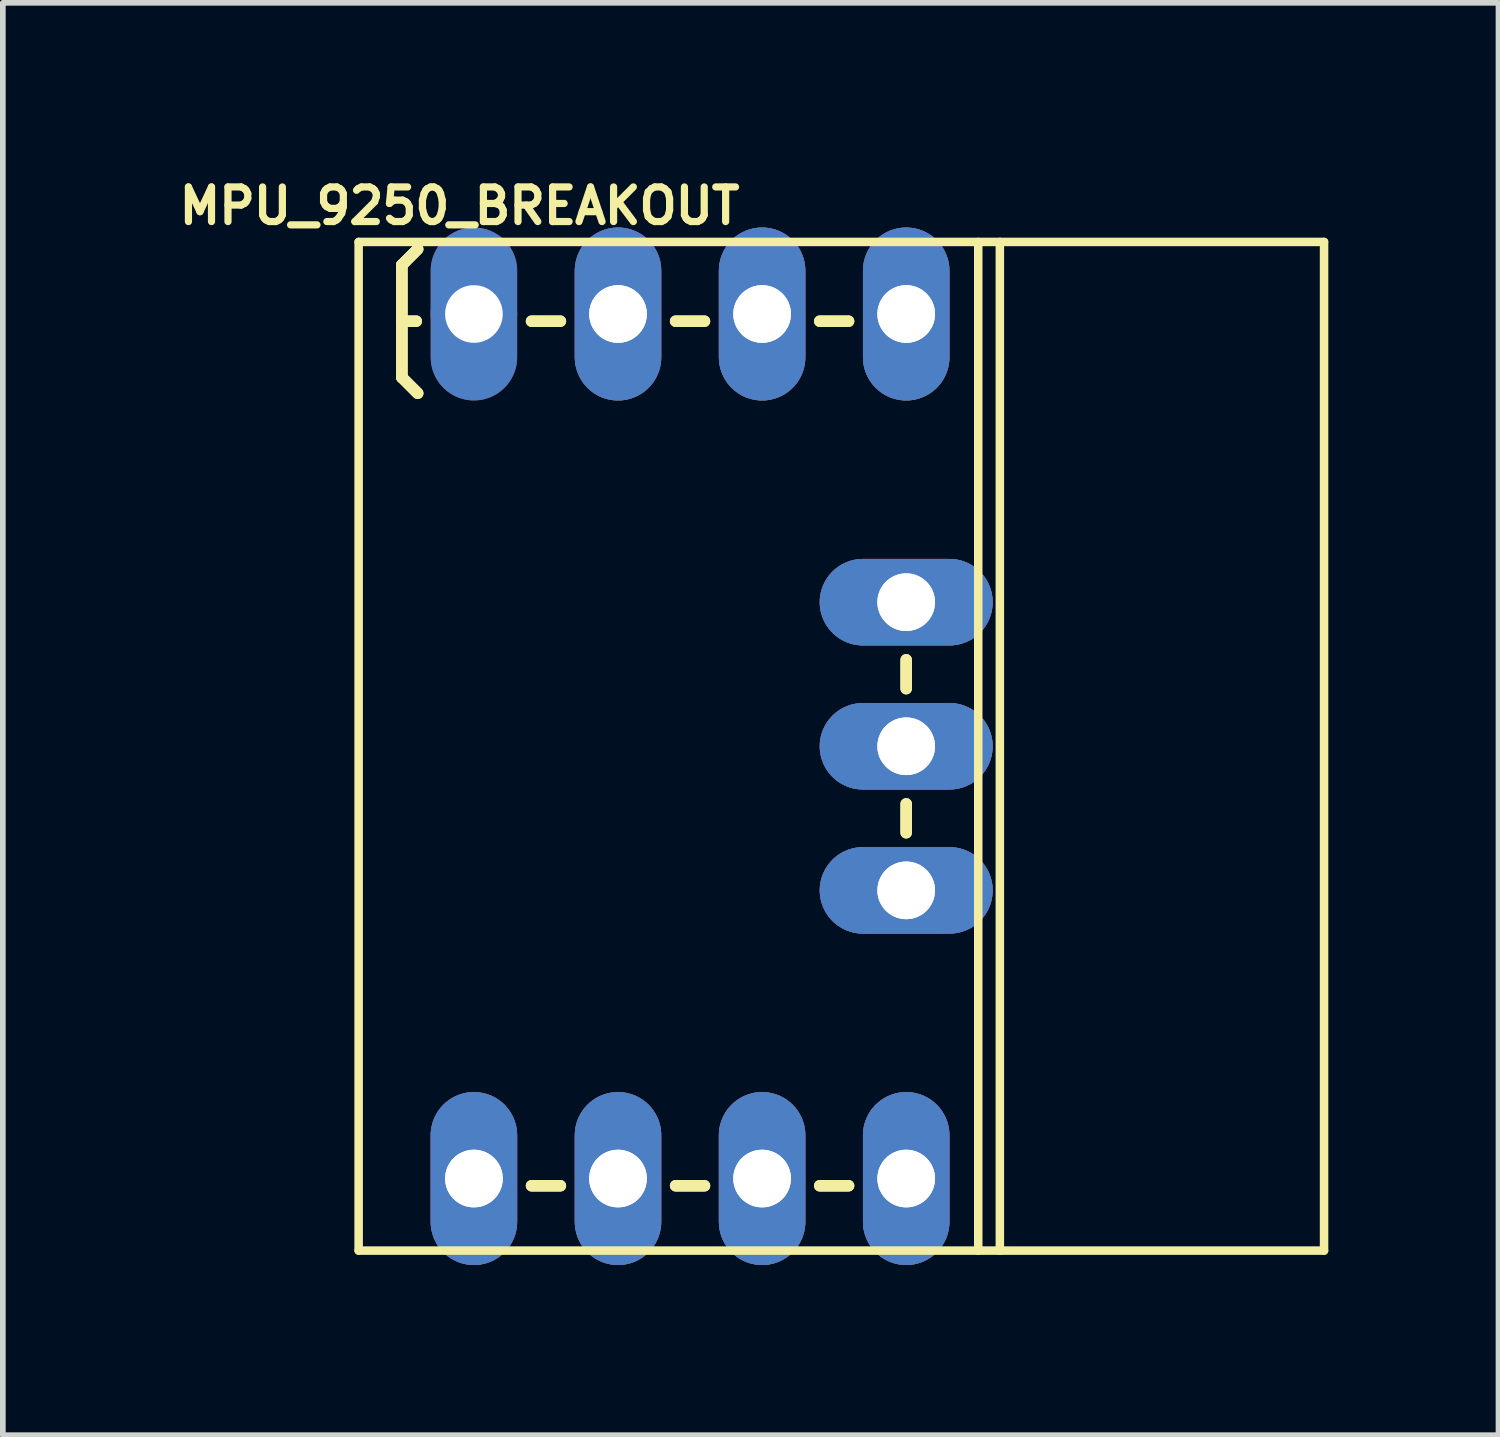
<source format=kicad_pcb>
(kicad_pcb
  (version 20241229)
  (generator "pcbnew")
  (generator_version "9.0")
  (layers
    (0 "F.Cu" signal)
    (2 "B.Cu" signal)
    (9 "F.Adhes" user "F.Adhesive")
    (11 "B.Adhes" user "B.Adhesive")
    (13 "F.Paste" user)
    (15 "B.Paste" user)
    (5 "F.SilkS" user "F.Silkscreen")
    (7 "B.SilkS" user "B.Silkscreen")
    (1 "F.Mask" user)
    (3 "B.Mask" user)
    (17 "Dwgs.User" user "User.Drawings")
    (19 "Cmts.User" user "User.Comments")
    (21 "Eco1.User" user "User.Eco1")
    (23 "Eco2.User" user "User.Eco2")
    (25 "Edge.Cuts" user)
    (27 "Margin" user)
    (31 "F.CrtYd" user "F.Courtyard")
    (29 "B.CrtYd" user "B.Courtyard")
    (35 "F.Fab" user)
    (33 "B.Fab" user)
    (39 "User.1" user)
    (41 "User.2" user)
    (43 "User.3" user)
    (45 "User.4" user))
  (footprint "MPU_9250_BREAKOUT"
    (layer "F.Cu")
    (at 5.05 2.739)
    (property "Reference" "MPU_9250_BREAKOUT" (at 0 -2.159 0) (layer "F.SilkS") (effects (font (size 0.61 0.61) (thickness 0.127))))
    (attr exclude_from_pos_files exclude_from_bom)
    (fp_line (start -1.778 -1.524) (end -1.778 16.256) (stroke (width 0.15) (type solid)) (layer "F.SilkS"))
    (fp_line (start -1.778 16.256) (end 15.24 16.256) (stroke (width 0.15) (type solid)) (layer "F.SilkS"))
    (fp_line (start -1.016 -1.118) (end -0.737 -1.397) (stroke (width 0.203) (type solid)) (layer "F.SilkS"))
    (fp_line (start -1.016 -1.118) (end -0.737 -1.397) (stroke (width 0.203) (type solid)) (layer "F.SilkS"))
    (fp_line (start -1.016 -0.127) (end -1.016 -1.118) (stroke (width 0.203) (type solid)) (layer "F.SilkS"))
    (fp_line (start -1.016 -0.127) (end -1.016 -1.118) (stroke (width 0.203) (type solid)) (layer "F.SilkS"))
    (fp_line (start -1.016 -0.127) (end -1.016 0.864) (stroke (width 0.203) (type solid)) (layer "F.SilkS"))
    (fp_line (start -1.016 -0.127) (end -1.016 0.864) (stroke (width 0.203) (type solid)) (layer "F.SilkS"))
    (fp_line (start -1.016 -0.127) (end -0.762 -0.127) (stroke (width 0.203) (type solid)) (layer "F.SilkS"))
    (fp_line (start -1.016 -0.127) (end -0.762 -0.127) (stroke (width 0.203) (type solid)) (layer "F.SilkS"))
    (fp_line (start -1.016 0.864) (end -0.737 1.143) (stroke (width 0.203) (type solid)) (layer "F.SilkS"))
    (fp_line (start -1.016 0.864) (end -0.737 1.143) (stroke (width 0.203) (type solid)) (layer "F.SilkS"))
    (fp_line (start 1.778 -0.127) (end 1.27 -0.127) (stroke (width 0.203) (type solid)) (layer "F.SilkS"))
    (fp_line (start 1.778 -0.127) (end 1.27 -0.127) (stroke (width 0.203) (type solid)) (layer "F.SilkS"))
    (fp_line (start 1.778 15.113) (end 1.27 15.113) (stroke (width 0.203) (type solid)) (layer "F.SilkS"))
    (fp_line (start 1.778 15.113) (end 1.27 15.113) (stroke (width 0.203) (type solid)) (layer "F.SilkS"))
    (fp_line (start 4.318 -0.127) (end 3.81 -0.127) (stroke (width 0.203) (type solid)) (layer "F.SilkS"))
    (fp_line (start 4.318 -0.127) (end 3.81 -0.127) (stroke (width 0.203) (type solid)) (layer "F.SilkS"))
    (fp_line (start 4.318 15.113) (end 3.81 15.113) (stroke (width 0.203) (type solid)) (layer "F.SilkS"))
    (fp_line (start 4.318 15.113) (end 3.81 15.113) (stroke (width 0.203) (type solid)) (layer "F.SilkS"))
    (fp_line (start 6.858 -0.127) (end 6.35 -0.127) (stroke (width 0.203) (type solid)) (layer "F.SilkS"))
    (fp_line (start 6.858 -0.127) (end 6.35 -0.127) (stroke (width 0.203) (type solid)) (layer "F.SilkS"))
    (fp_line (start 6.858 15.113) (end 6.35 15.113) (stroke (width 0.203) (type solid)) (layer "F.SilkS"))
    (fp_line (start 6.858 15.113) (end 6.35 15.113) (stroke (width 0.203) (type solid)) (layer "F.SilkS"))
    (fp_line (start 7.874 5.842) (end 7.874 6.35) (stroke (width 0.203) (type solid)) (layer "F.SilkS"))
    (fp_line (start 7.874 5.842) (end 7.874 6.35) (stroke (width 0.203) (type solid)) (layer "F.SilkS"))
    (fp_line (start 7.874 8.382) (end 7.874 8.89) (stroke (width 0.203) (type solid)) (layer "F.SilkS"))
    (fp_line (start 7.874 8.382) (end 7.874 8.89) (stroke (width 0.203) (type solid)) (layer "F.SilkS"))
    (fp_line (start 9.144 -1.524) (end 9.144 16.256) (stroke (width 0.15) (type solid)) (layer "F.SilkS"))
    (fp_line (start 9.525 -1.524) (end 9.525 16.256) (stroke (width 0.15) (type solid)) (layer "F.SilkS"))
    (fp_line (start 15.24 -1.524) (end -1.778 -1.524) (stroke (width 0.15) (type solid)) (layer "F.SilkS"))
    (fp_line (start 15.24 16.256) (end 15.24 -1.524) (stroke (width 0.15) (type solid)) (layer "F.SilkS"))
    (pad "1" thru_hole circle (at 0.254 -0.254) (size 1.524 1.524) (drill 0.762) (layers "*.Cu" "*.Mask"))
    (pad "1" thru_hole oval (at 0.254 -0.254 180) (size 1.524 3.048) (drill 1.016) (layers "*.Cu" "*.Mask"))
    (pad "1" thru_hole oval (at 0.254 14.986 180) (size 1.524 3.048) (drill 1.016) (layers "*.Cu" "*.Mask"))
    (pad "1" thru_hole oval (at 0.254 14.986 180) (size 1.524 3.048) (drill 1.016) (layers "*.Cu" "*.Mask"))
    (pad "1" thru_hole oval (at 7.874 9.906 270) (size 1.524 3.048) (drill 1.016) (layers "*.Cu" "*.Mask"))
    (pad "1" thru_hole oval (at 7.874 9.906 270) (size 1.524 3.048) (drill 1.016) (layers "*.Cu" "*.Mask"))
    (pad "2" thru_hole oval (at 2.794 -0.254 180) (size 1.524 3.048) (drill 1.016) (layers "*.Cu" "*.Mask"))
    (pad "2" thru_hole oval (at 2.794 -0.254 180) (size 1.524 3.048) (drill 1.016) (layers "*.Cu" "*.Mask"))
    (pad "2" thru_hole oval (at 2.794 14.986 180) (size 1.524 3.048) (drill 1.016) (layers "*.Cu" "*.Mask"))
    (pad "2" thru_hole oval (at 2.794 14.986 180) (size 1.524 3.048) (drill 1.016) (layers "*.Cu" "*.Mask"))
    (pad "2" thru_hole oval (at 7.874 7.366 270) (size 1.524 3.048) (drill 1.016) (layers "*.Cu" "*.Mask"))
    (pad "2" thru_hole oval (at 7.874 7.366 270) (size 1.524 3.048) (drill 1.016) (layers "*.Cu" "*.Mask"))
    (pad "3" thru_hole oval (at 5.334 -0.254 180) (size 1.524 3.048) (drill 1.016) (layers "*.Cu" "*.Mask"))
    (pad "3" thru_hole oval (at 5.334 -0.254 180) (size 1.524 3.048) (drill 1.016) (layers "*.Cu" "*.Mask"))
    (pad "3" thru_hole oval (at 5.334 14.986 180) (size 1.524 3.048) (drill 1.016) (layers "*.Cu" "*.Mask"))
    (pad "3" thru_hole oval (at 5.334 14.986 180) (size 1.524 3.048) (drill 1.016) (layers "*.Cu" "*.Mask"))
    (pad "3" thru_hole oval (at 7.874 4.826 270) (size 1.524 3.048) (drill 1.016) (layers "*.Cu" "*.Mask"))
    (pad "3" thru_hole oval (at 7.874 4.826 270) (size 1.524 3.048) (drill 1.016) (layers "*.Cu" "*.Mask"))
    (pad "4" thru_hole oval (at 7.874 -0.254 180) (size 1.524 3.048) (drill 1.016) (layers "*.Cu" "*.Mask"))
    (pad "4" thru_hole oval (at 7.874 -0.254 180) (size 1.524 3.048) (drill 1.016) (layers "*.Cu" "*.Mask"))
    (pad "4" thru_hole oval (at 7.874 14.986 180) (size 1.524 3.048) (drill 1.016) (layers "*.Cu" "*.Mask"))
    (pad "4" thru_hole oval (at 7.874 14.986 180) (size 1.524 3.048) (drill 1.016) (layers "*.Cu" "*.Mask")))
  (gr_rect
    (start -3 -3)
    (end 23.365 22.249)
    (stroke (width 0.1) (type default))
    (fill no)
    (layer "Edge.Cuts")))
</source>
